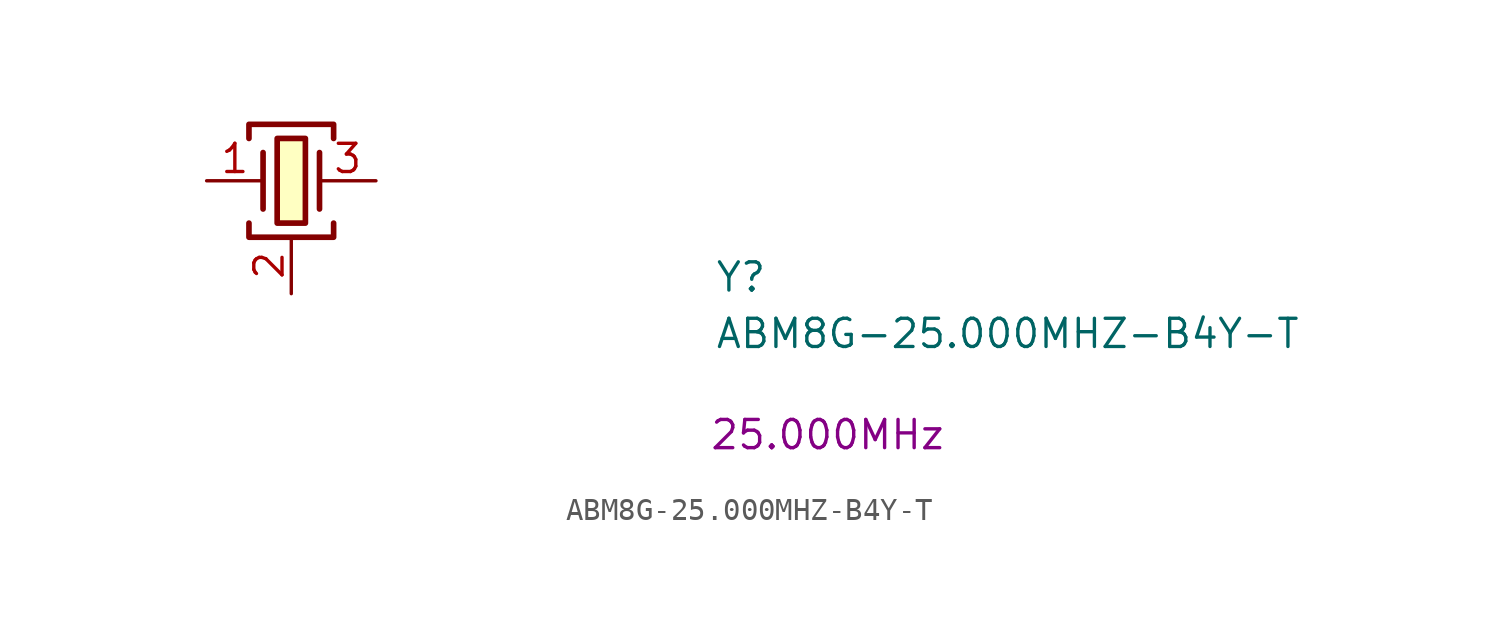
<source format=kicad_sym>
(kicad_symbol_lib
  (version 20211014)
  (generator kicad_symbol_editor)
  (symbol "ABM8G-25.000MHZ-B4Y-T"
    (pin_names hide)
    (property "Reference" "Y"
      (at 22.86 -5.08 0)
      (effects (font (size 1.27 1.27) (thickness 0.15)) (justify left bottom)))
    (property "Value" "ABM8G-25.000MHZ-B4Y-T"
      (at 22.86 -7.62 0)
      (effects (font (size 1.27 1.27) (thickness 0.15)) (justify left bottom)))
    (property "Val" "25.000MHz"
      (at 27.94 -11.43 0)
      (effects (font (size 1.27 1.27))))
    (symbol "ABM8G-25.000MHZ-B4Y-T_1_1"
      (polyline (pts (xy 2.54 1.27) (xy 2.54 -1.27)) (stroke (width 0.254) (type default) (color 0 0 0 0)) (fill (type background)))
      (polyline (pts (xy 5.08 1.27) (xy 5.08 -1.27)) (stroke (width 0.254) (type default) (color 0 0 0 0)) (fill (type background)))
      (polyline (pts (xy 1.905 -1.905) (xy 1.905 -2.54) (xy 5.715 -2.54) (xy 5.715 -1.905)) (stroke (width 0.254) (type default) (color 0 0 0 0)) (fill (type none)))
      (polyline (pts (xy 1.905 1.905) (xy 1.905 2.54) (xy 5.715 2.54) (xy 5.715 1.905)) (stroke (width 0.254) (type default) (color 0 0 0 0)) (fill (type none)))
      (rectangle (start 3.175 1.905) (end 4.445 -1.905) (stroke (width 0.254) (type default) (color 0 0 0 0)) (fill (type background)))
      (pin passive line (at 0 0 0) (length 2.54) (name "~" (effects (font (size 1.27 1.27)))) (number "1" (effects (font (size 1.27 1.27)))))
      (pin passive line (at 3.81 -5.08 90) (length 2.54) (name "SH" (effects (font (size 1.27 1.27)))) (number "2" (effects (font (size 1.27 1.27)))))
      (pin passive line (at 7.62 0 180) (length 2.54) (name "~" (effects (font (size 1.27 1.27)))) (number "3" (effects (font (size 1.27 1.27)))))
      (pin passive line (at 3.81 -5.08 90) (length 2.54) hide (name "SH" (effects (font (size 1.27 1.27)))) (number "4" (effects (font (size 1.27 1.27))))))))
</source>
